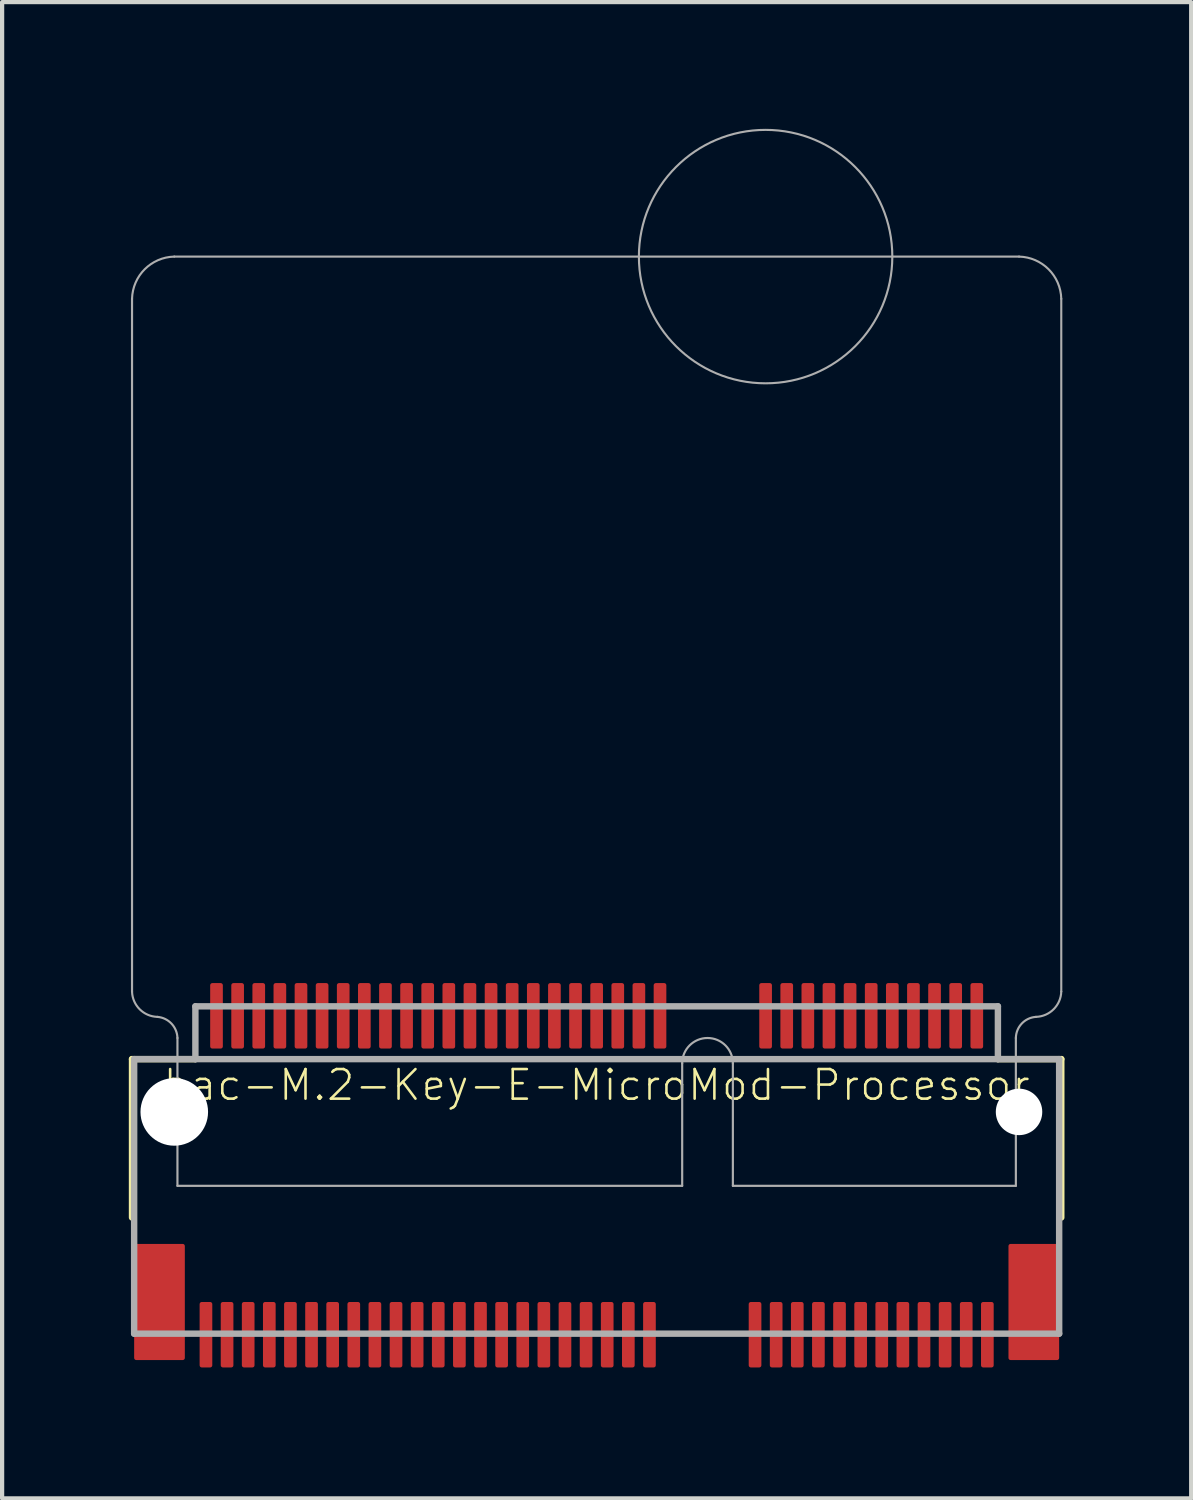
<source format=kicad_pcb>
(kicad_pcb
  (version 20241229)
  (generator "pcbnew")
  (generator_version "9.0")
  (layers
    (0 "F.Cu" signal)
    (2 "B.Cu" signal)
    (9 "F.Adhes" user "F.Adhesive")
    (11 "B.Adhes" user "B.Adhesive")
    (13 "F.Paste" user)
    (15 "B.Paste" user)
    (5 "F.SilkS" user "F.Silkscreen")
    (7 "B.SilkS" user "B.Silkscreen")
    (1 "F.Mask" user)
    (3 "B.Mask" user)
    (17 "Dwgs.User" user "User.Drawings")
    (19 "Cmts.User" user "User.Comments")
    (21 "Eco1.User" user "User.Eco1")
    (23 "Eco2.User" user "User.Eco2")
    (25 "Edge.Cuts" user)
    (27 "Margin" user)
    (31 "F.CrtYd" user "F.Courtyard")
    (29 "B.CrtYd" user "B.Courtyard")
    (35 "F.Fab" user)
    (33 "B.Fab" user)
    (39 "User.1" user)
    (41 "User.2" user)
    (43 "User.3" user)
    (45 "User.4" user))
  (footprint "bac-M.2-Key-E-MicroMod-Processor"
    (layer "F.Cu")
    (at 11.076 23.275)
    (property "Reference" "bac-M.2-Key-E-MicroMod-Processor" (at 0 -0.635 0) (unlocked yes) (layer "F.SilkS") (effects (font (size 0.701 0.701) (thickness 0.061))))
    (fp_line (start -11 2.5) (end -11 -1.25) (stroke (width 0.152) (type solid)) (layer "F.SilkS"))
    (fp_line (start -9.5 -1.25) (end -11 -1.25) (stroke (width 0.152) (type solid)) (layer "F.SilkS"))
    (fp_line (start 11 -1.25) (end 9.5 -1.25) (stroke (width 0.152) (type solid)) (layer "F.SilkS"))
    (fp_line (start 11 2.5) (end 11 -1.25) (stroke (width 0.152) (type solid)) (layer "F.SilkS"))
    (fp_poly (pts (xy -9.4 6.15) (xy -9.1 6.15) (xy -9.1 4.4) (xy -9.4 4.4)) (stroke (width 0) (type default)) (fill yes) (layer "F.Paste"))
    (fp_poly (pts (xy -9.15 -1.4) (xy -8.85 -1.4) (xy -8.85 -3.15) (xy -9.15 -3.15)) (stroke (width 0) (type default)) (fill yes) (layer "F.Paste"))
    (fp_poly (pts (xy -8.9 6.15) (xy -8.6 6.15) (xy -8.6 4.4) (xy -8.9 4.4)) (stroke (width 0) (type default)) (fill yes) (layer "F.Paste"))
    (fp_poly (pts (xy -8.65 -1.4) (xy -8.35 -1.4) (xy -8.35 -3.15) (xy -8.65 -3.15)) (stroke (width 0) (type default)) (fill yes) (layer "F.Paste"))
    (fp_poly (pts (xy -8.4 6.15) (xy -8.1 6.15) (xy -8.1 4.4) (xy -8.4 4.4)) (stroke (width 0) (type default)) (fill yes) (layer "F.Paste"))
    (fp_poly (pts (xy -8.15 -1.4) (xy -7.85 -1.4) (xy -7.85 -3.15) (xy -8.15 -3.15)) (stroke (width 0) (type default)) (fill yes) (layer "F.Paste"))
    (fp_poly (pts (xy -7.9 6.15) (xy -7.6 6.15) (xy -7.6 4.4) (xy -7.9 4.4)) (stroke (width 0) (type default)) (fill yes) (layer "F.Paste"))
    (fp_poly (pts (xy -7.65 -1.4) (xy -7.35 -1.4) (xy -7.35 -3.15) (xy -7.65 -3.15)) (stroke (width 0) (type default)) (fill yes) (layer "F.Paste"))
    (fp_poly (pts (xy -7.4 6.15) (xy -7.1 6.15) (xy -7.1 4.4) (xy -7.4 4.4)) (stroke (width 0) (type default)) (fill yes) (layer "F.Paste"))
    (fp_poly (pts (xy -7.15 -1.4) (xy -6.85 -1.4) (xy -6.85 -3.15) (xy -7.15 -3.15)) (stroke (width 0) (type default)) (fill yes) (layer "F.Paste"))
    (fp_poly (pts (xy -6.9 6.15) (xy -6.6 6.15) (xy -6.6 4.4) (xy -6.9 4.4)) (stroke (width 0) (type default)) (fill yes) (layer "F.Paste"))
    (fp_poly (pts (xy -6.65 -1.4) (xy -6.35 -1.4) (xy -6.35 -3.15) (xy -6.65 -3.15)) (stroke (width 0) (type default)) (fill yes) (layer "F.Paste"))
    (fp_poly (pts (xy -6.4 6.15) (xy -6.1 6.15) (xy -6.1 4.4) (xy -6.4 4.4)) (stroke (width 0) (type default)) (fill yes) (layer "F.Paste"))
    (fp_poly (pts (xy -6.15 -1.4) (xy -5.85 -1.4) (xy -5.85 -3.15) (xy -6.15 -3.15)) (stroke (width 0) (type default)) (fill yes) (layer "F.Paste"))
    (fp_poly (pts (xy -5.9 6.15) (xy -5.6 6.15) (xy -5.6 4.4) (xy -5.9 4.4)) (stroke (width 0) (type default)) (fill yes) (layer "F.Paste"))
    (fp_poly (pts (xy -5.65 -1.4) (xy -5.35 -1.4) (xy -5.35 -3.15) (xy -5.65 -3.15)) (stroke (width 0) (type default)) (fill yes) (layer "F.Paste"))
    (fp_poly (pts (xy -5.4 6.15) (xy -5.1 6.15) (xy -5.1 4.4) (xy -5.4 4.4)) (stroke (width 0) (type default)) (fill yes) (layer "F.Paste"))
    (fp_poly (pts (xy -5.15 -1.4) (xy -4.85 -1.4) (xy -4.85 -3.15) (xy -5.15 -3.15)) (stroke (width 0) (type default)) (fill yes) (layer "F.Paste"))
    (fp_poly (pts (xy -4.9 6.15) (xy -4.6 6.15) (xy -4.6 4.4) (xy -4.9 4.4)) (stroke (width 0) (type default)) (fill yes) (layer "F.Paste"))
    (fp_poly (pts (xy -4.65 -1.4) (xy -4.35 -1.4) (xy -4.35 -3.15) (xy -4.65 -3.15)) (stroke (width 0) (type default)) (fill yes) (layer "F.Paste"))
    (fp_poly (pts (xy -4.4 6.15) (xy -4.1 6.15) (xy -4.1 4.4) (xy -4.4 4.4)) (stroke (width 0) (type default)) (fill yes) (layer "F.Paste"))
    (fp_poly (pts (xy -4.15 -1.4) (xy -3.85 -1.4) (xy -3.85 -3.15) (xy -4.15 -3.15)) (stroke (width 0) (type default)) (fill yes) (layer "F.Paste"))
    (fp_poly (pts (xy -3.9 6.15) (xy -3.6 6.15) (xy -3.6 4.4) (xy -3.9 4.4)) (stroke (width 0) (type default)) (fill yes) (layer "F.Paste"))
    (fp_poly (pts (xy -3.65 -1.4) (xy -3.35 -1.4) (xy -3.35 -3.15) (xy -3.65 -3.15)) (stroke (width 0) (type default)) (fill yes) (layer "F.Paste"))
    (fp_poly (pts (xy -3.4 6.15) (xy -3.1 6.15) (xy -3.1 4.4) (xy -3.4 4.4)) (stroke (width 0) (type default)) (fill yes) (layer "F.Paste"))
    (fp_poly (pts (xy -3.15 -1.4) (xy -2.85 -1.4) (xy -2.85 -3.15) (xy -3.15 -3.15)) (stroke (width 0) (type default)) (fill yes) (layer "F.Paste"))
    (fp_poly (pts (xy -2.9 6.15) (xy -2.6 6.15) (xy -2.6 4.4) (xy -2.9 4.4)) (stroke (width 0) (type default)) (fill yes) (layer "F.Paste"))
    (fp_poly (pts (xy -2.65 -1.4) (xy -2.35 -1.4) (xy -2.35 -3.15) (xy -2.65 -3.15)) (stroke (width 0) (type default)) (fill yes) (layer "F.Paste"))
    (fp_poly (pts (xy -2.4 6.15) (xy -2.1 6.15) (xy -2.1 4.4) (xy -2.4 4.4)) (stroke (width 0) (type default)) (fill yes) (layer "F.Paste"))
    (fp_poly (pts (xy -2.15 -1.4) (xy -1.85 -1.4) (xy -1.85 -3.15) (xy -2.15 -3.15)) (stroke (width 0) (type default)) (fill yes) (layer "F.Paste"))
    (fp_poly (pts (xy -1.9 6.15) (xy -1.6 6.15) (xy -1.6 4.4) (xy -1.9 4.4)) (stroke (width 0) (type default)) (fill yes) (layer "F.Paste"))
    (fp_poly (pts (xy -1.65 -1.4) (xy -1.35 -1.4) (xy -1.35 -3.15) (xy -1.65 -3.15)) (stroke (width 0) (type default)) (fill yes) (layer "F.Paste"))
    (fp_poly (pts (xy -1.4 6.15) (xy -1.1 6.15) (xy -1.1 4.4) (xy -1.4 4.4)) (stroke (width 0) (type default)) (fill yes) (layer "F.Paste"))
    (fp_poly (pts (xy -1.15 -1.4) (xy -0.85 -1.4) (xy -0.85 -3.15) (xy -1.15 -3.15)) (stroke (width 0) (type default)) (fill yes) (layer "F.Paste"))
    (fp_poly (pts (xy -0.9 6.15) (xy -0.6 6.15) (xy -0.6 4.4) (xy -0.9 4.4)) (stroke (width 0) (type default)) (fill yes) (layer "F.Paste"))
    (fp_poly (pts (xy -0.65 -1.4) (xy -0.35 -1.4) (xy -0.35 -3.15) (xy -0.65 -3.15)) (stroke (width 0) (type default)) (fill yes) (layer "F.Paste"))
    (fp_poly (pts (xy -0.4 6.15) (xy -0.1 6.15) (xy -0.1 4.4) (xy -0.4 4.4)) (stroke (width 0) (type default)) (fill yes) (layer "F.Paste"))
    (fp_poly (pts (xy -0.15 -1.4) (xy 0.15 -1.4) (xy 0.15 -3.15) (xy -0.15 -3.15)) (stroke (width 0) (type default)) (fill yes) (layer "F.Paste"))
    (fp_poly (pts (xy 0.1 6.15) (xy 0.4 6.15) (xy 0.4 4.4) (xy 0.1 4.4)) (stroke (width 0) (type default)) (fill yes) (layer "F.Paste"))
    (fp_poly (pts (xy 0.35 -1.4) (xy 0.65 -1.4) (xy 0.65 -3.15) (xy 0.35 -3.15)) (stroke (width 0) (type default)) (fill yes) (layer "F.Paste"))
    (fp_poly (pts (xy 0.6 6.15) (xy 0.9 6.15) (xy 0.9 4.4) (xy 0.6 4.4)) (stroke (width 0) (type default)) (fill yes) (layer "F.Paste"))
    (fp_poly (pts (xy 0.85 -1.4) (xy 1.15 -1.4) (xy 1.15 -3.15) (xy 0.85 -3.15)) (stroke (width 0) (type default)) (fill yes) (layer "F.Paste"))
    (fp_poly (pts (xy 1.1 6.15) (xy 1.4 6.15) (xy 1.4 4.4) (xy 1.1 4.4)) (stroke (width 0) (type default)) (fill yes) (layer "F.Paste"))
    (fp_poly (pts (xy 1.35 -1.4) (xy 1.65 -1.4) (xy 1.65 -3.15) (xy 1.35 -3.15)) (stroke (width 0) (type default)) (fill yes) (layer "F.Paste"))
    (fp_poly (pts (xy 3.6 6.15) (xy 3.9 6.15) (xy 3.9 4.4) (xy 3.6 4.4)) (stroke (width 0) (type default)) (fill yes) (layer "F.Paste"))
    (fp_poly (pts (xy 3.85 -1.4) (xy 4.15 -1.4) (xy 4.15 -3.15) (xy 3.85 -3.15)) (stroke (width 0) (type default)) (fill yes) (layer "F.Paste"))
    (fp_poly (pts (xy 4.1 6.15) (xy 4.4 6.15) (xy 4.4 4.4) (xy 4.1 4.4)) (stroke (width 0) (type default)) (fill yes) (layer "F.Paste"))
    (fp_poly (pts (xy 4.35 -1.4) (xy 4.65 -1.4) (xy 4.65 -3.15) (xy 4.35 -3.15)) (stroke (width 0) (type default)) (fill yes) (layer "F.Paste"))
    (fp_poly (pts (xy 4.6 6.15) (xy 4.9 6.15) (xy 4.9 4.4) (xy 4.6 4.4)) (stroke (width 0) (type default)) (fill yes) (layer "F.Paste"))
    (fp_poly (pts (xy 4.85 -1.4) (xy 5.15 -1.4) (xy 5.15 -3.15) (xy 4.85 -3.15)) (stroke (width 0) (type default)) (fill yes) (layer "F.Paste"))
    (fp_poly (pts (xy 5.1 6.15) (xy 5.4 6.15) (xy 5.4 4.4) (xy 5.1 4.4)) (stroke (width 0) (type default)) (fill yes) (layer "F.Paste"))
    (fp_poly (pts (xy 5.35 -1.4) (xy 5.65 -1.4) (xy 5.65 -3.15) (xy 5.35 -3.15)) (stroke (width 0) (type default)) (fill yes) (layer "F.Paste"))
    (fp_poly (pts (xy 5.6 6.15) (xy 5.9 6.15) (xy 5.9 4.4) (xy 5.6 4.4)) (stroke (width 0) (type default)) (fill yes) (layer "F.Paste"))
    (fp_poly (pts (xy 5.85 -1.4) (xy 6.15 -1.4) (xy 6.15 -3.15) (xy 5.85 -3.15)) (stroke (width 0) (type default)) (fill yes) (layer "F.Paste"))
    (fp_poly (pts (xy 6.1 6.15) (xy 6.4 6.15) (xy 6.4 4.4) (xy 6.1 4.4)) (stroke (width 0) (type default)) (fill yes) (layer "F.Paste"))
    (fp_poly (pts (xy 6.35 -1.4) (xy 6.65 -1.4) (xy 6.65 -3.15) (xy 6.35 -3.15)) (stroke (width 0) (type default)) (fill yes) (layer "F.Paste"))
    (fp_poly (pts (xy 6.6 6.15) (xy 6.9 6.15) (xy 6.9 4.4) (xy 6.6 4.4)) (stroke (width 0) (type default)) (fill yes) (layer "F.Paste"))
    (fp_poly (pts (xy 6.85 -1.4) (xy 7.15 -1.4) (xy 7.15 -3.15) (xy 6.85 -3.15)) (stroke (width 0) (type default)) (fill yes) (layer "F.Paste"))
    (fp_poly (pts (xy 7.1 6.15) (xy 7.4 6.15) (xy 7.4 4.4) (xy 7.1 4.4)) (stroke (width 0) (type default)) (fill yes) (layer "F.Paste"))
    (fp_poly (pts (xy 7.35 -1.4) (xy 7.65 -1.4) (xy 7.65 -3.15) (xy 7.35 -3.15)) (stroke (width 0) (type default)) (fill yes) (layer "F.Paste"))
    (fp_poly (pts (xy 7.6 6.15) (xy 7.9 6.15) (xy 7.9 4.4) (xy 7.6 4.4)) (stroke (width 0) (type default)) (fill yes) (layer "F.Paste"))
    (fp_poly (pts (xy 7.85 -1.4) (xy 8.15 -1.4) (xy 8.15 -3.15) (xy 7.85 -3.15)) (stroke (width 0) (type default)) (fill yes) (layer "F.Paste"))
    (fp_poly (pts (xy 8.1 6.15) (xy 8.4 6.15) (xy 8.4 4.4) (xy 8.1 4.4)) (stroke (width 0) (type default)) (fill yes) (layer "F.Paste"))
    (fp_poly (pts (xy 8.35 -1.4) (xy 8.65 -1.4) (xy 8.65 -3.15) (xy 8.35 -3.15)) (stroke (width 0) (type default)) (fill yes) (layer "F.Paste"))
    (fp_poly (pts (xy 8.6 6.15) (xy 8.9 6.15) (xy 8.9 4.4) (xy 8.6 4.4)) (stroke (width 0) (type default)) (fill yes) (layer "F.Paste"))
    (fp_poly (pts (xy 8.85 -1.4) (xy 9.15 -1.4) (xy 9.15 -3.15) (xy 8.85 -3.15)) (stroke (width 0) (type default)) (fill yes) (layer "F.Paste"))
    (fp_poly (pts (xy 9.1 6.15) (xy 9.4 6.15) (xy 9.4 4.4) (xy 9.1 4.4)) (stroke (width 0) (type default)) (fill yes) (layer "F.Paste"))
    (fp_line (start -11 -19.25) (end -11 -2.85) (stroke (width 0.051) (type solid)) (layer "F.Fab"))
    (fp_line (start -10.95 -1.25) (end -10.95 5.25) (stroke (width 0.152) (type solid)) (layer "F.Fab"))
    (fp_line (start -10.95 5.25) (end 10.95 5.25) (stroke (width 0.152) (type solid)) (layer "F.Fab"))
    (fp_line (start -9.925 1.75) (end -9.925 -1.75) (stroke (width 0.051) (type solid)) (layer "F.Fab"))
    (fp_line (start -9.5 -2.5) (end -9.5 -1.25) (stroke (width 0.152) (type solid)) (layer "F.Fab"))
    (fp_line (start -9.5 -1.25) (end -10.95 -1.25) (stroke (width 0.152) (type solid)) (layer "F.Fab"))
    (fp_line (start 2.025 -1.15) (end 2.025 1.75) (stroke (width 0.051) (type solid)) (layer "F.Fab"))
    (fp_line (start 2.025 1.75) (end -9.925 1.75) (stroke (width 0.051) (type solid)) (layer "F.Fab"))
    (fp_line (start 3.225 -1.15) (end 3.225 1.75) (stroke (width 0.051) (type solid)) (layer "F.Fab"))
    (fp_line (start 9.5 -2.5) (end -9.5 -2.5) (stroke (width 0.152) (type solid)) (layer "F.Fab"))
    (fp_line (start 9.5 -2.5) (end 9.5 -1.25) (stroke (width 0.152) (type solid)) (layer "F.Fab"))
    (fp_line (start 9.5 -1.25) (end -9.5 -1.25) (stroke (width 0.152) (type solid)) (layer "F.Fab"))
    (fp_line (start 9.925 -1.75) (end 9.925 1.75) (stroke (width 0.051) (type solid)) (layer "F.Fab"))
    (fp_line (start 9.925 1.75) (end 3.225 1.75) (stroke (width 0.051) (type solid)) (layer "F.Fab"))
    (fp_line (start 10 -20.25) (end -10 -20.25) (stroke (width 0.051) (type solid)) (layer "F.Fab"))
    (fp_line (start 10.95 -1.25) (end 9.5 -1.25) (stroke (width 0.152) (type solid)) (layer "F.Fab"))
    (fp_line (start 10.95 5.25) (end 10.95 -1.25) (stroke (width 0.152) (type solid)) (layer "F.Fab"))
    (fp_line (start 11 -19.25) (end 11 -2.85) (stroke (width 0.05) (type solid)) (layer "F.Fab"))
    (fp_arc (start -11 -19.25) (mid -10.7 -19.95) (end -10 -20.25) (stroke (width 0.05) (type solid)) (layer "F.Fab"))
    (fp_arc (start -10.400001 -2.249999) (mid -10.819362 -2.430638) (end -11 -2.85) (stroke (width 0.05) (type solid)) (layer "F.Fab"))
    (fp_arc (start -10.4 -2.25) (mid -10.066759 -2.090954) (end -9.925 -1.75) (stroke (width 0.0508) (type solid)) (layer "F.Fab"))
    (fp_arc (start 2.025 -1.15) (mid 2.625 -1.75) (end 3.225 -1.15) (stroke (width 0.0508) (type solid)) (layer "F.Fab"))
    (fp_arc (start 9.925 -1.75) (mid 10.065344 -2.092298) (end 10.4 -2.25) (stroke (width 0.0508) (type solid)) (layer "F.Fab"))
    (fp_arc (start 10 -20.25) (mid 10.7 -19.95) (end 11 -19.25) (stroke (width 0.05) (type solid)) (layer "F.Fab"))
    (fp_arc (start 10.999999 -2.849999) (mid 10.819361 -2.430638) (end 10.4 -2.25) (stroke (width 0.05) (type solid)) (layer "F.Fab"))
    (fp_circle (center 4 -20.25) (end 7 -20.25) (stroke (width 0.05) (type solid)) (fill no) (layer "F.Fab"))
    (pad "" np_thru_hole circle (at -10 0) (size 1.6 1.6) (drill 1.6) (layers "*.Cu" "*.Mask"))
    (pad "" np_thru_hole circle (at 10 0) (size 1.1 1.1) (drill 1.1) (layers "*.Cu" "*.Mask"))
    (pad "1" smd roundrect (at 9.25 5.275 180) (size 0.3 1.55) (layers "F.Cu" "F.Mask") (roundrect_rratio 0.169))
    (pad "2" smd roundrect (at 9 -2.275 180) (size 0.3 1.55) (layers "F.Cu" "F.Mask") (roundrect_rratio 0.169))
    (pad "3" smd roundrect (at 8.75 5.275 180) (size 0.3 1.55) (layers "F.Cu" "F.Mask") (roundrect_rratio 0.169))
    (pad "4" smd roundrect (at 8.5 -2.275 180) (size 0.3 1.55) (layers "F.Cu" "F.Mask") (roundrect_rratio 0.169))
    (pad "5" smd roundrect (at 8.25 5.275 180) (size 0.3 1.55) (layers "F.Cu" "F.Mask") (roundrect_rratio 0.169))
    (pad "6" smd roundrect (at 8 -2.275 180) (size 0.3 1.55) (layers "F.Cu" "F.Mask") (roundrect_rratio 0.169))
    (pad "7" smd roundrect (at 7.75 5.275 180) (size 0.3 1.55) (layers "F.Cu" "F.Mask") (roundrect_rratio 0.169))
    (pad "8" smd roundrect (at 7.5 -2.275 180) (size 0.3 1.55) (layers "F.Cu" "F.Mask") (roundrect_rratio 0.169))
    (pad "9" smd roundrect (at 7.25 5.275 180) (size 0.3 1.55) (layers "F.Cu" "F.Mask") (roundrect_rratio 0.169))
    (pad "10" smd roundrect (at 7 -2.275 180) (size 0.3 1.55) (layers "F.Cu" "F.Mask") (roundrect_rratio 0.169))
    (pad "11" smd roundrect (at 6.75 5.275 180) (size 0.3 1.55) (layers "F.Cu" "F.Mask") (roundrect_rratio 0.169))
    (pad "12" smd roundrect (at 6.5 -2.275 180) (size 0.3 1.55) (layers "F.Cu" "F.Mask") (roundrect_rratio 0.169))
    (pad "13" smd roundrect (at 6.25 5.275 180) (size 0.3 1.55) (layers "F.Cu" "F.Mask") (roundrect_rratio 0.169))
    (pad "14" smd roundrect (at 6 -2.275 180) (size 0.3 1.55) (layers "F.Cu" "F.Mask") (roundrect_rratio 0.169))
    (pad "15" smd roundrect (at 5.75 5.275 180) (size 0.3 1.55) (layers "F.Cu" "F.Mask") (roundrect_rratio 0.169))
    (pad "16" smd roundrect (at 5.5 -2.275 180) (size 0.3 1.55) (layers "F.Cu" "F.Mask") (roundrect_rratio 0.169))
    (pad "17" smd roundrect (at 5.25 5.275 180) (size 0.3 1.55) (layers "F.Cu" "F.Mask") (roundrect_rratio 0.169))
    (pad "18" smd roundrect (at 5 -2.275 180) (size 0.3 1.55) (layers "F.Cu" "F.Mask") (roundrect_rratio 0.169))
    (pad "19" smd roundrect (at 4.75 5.275 180) (size 0.3 1.55) (layers "F.Cu" "F.Mask") (roundrect_rratio 0.169))
    (pad "20" smd roundrect (at 4.5 -2.275 180) (size 0.3 1.55) (layers "F.Cu" "F.Mask") (roundrect_rratio 0.169))
    (pad "21" smd roundrect (at 4.25 5.275 180) (size 0.3 1.55) (layers "F.Cu" "F.Mask") (roundrect_rratio 0.169))
    (pad "22" smd roundrect (at 4 -2.275 180) (size 0.3 1.55) (layers "F.Cu" "F.Mask") (roundrect_rratio 0.169))
    (pad "23" smd roundrect (at 3.75 5.275 180) (size 0.3 1.55) (layers "F.Cu" "F.Mask") (roundrect_rratio 0.169))
    (pad "32" smd roundrect (at 1.5 -2.275 180) (size 0.3 1.55) (layers "F.Cu" "F.Mask") (roundrect_rratio 0.169))
    (pad "33" smd roundrect (at 1.25 5.275 180) (size 0.3 1.55) (layers "F.Cu" "F.Mask") (roundrect_rratio 0.169))
    (pad "34" smd roundrect (at 1 -2.275 180) (size 0.3 1.55) (layers "F.Cu" "F.Mask") (roundrect_rratio 0.169))
    (pad "35" smd roundrect (at 0.75 5.275 180) (size 0.3 1.55) (layers "F.Cu" "F.Mask") (roundrect_rratio 0.169))
    (pad "36" smd roundrect (at 0.5 -2.275 180) (size 0.3 1.55) (layers "F.Cu" "F.Mask") (roundrect_rratio 0.169))
    (pad "37" smd roundrect (at 0.25 5.275 180) (size 0.3 1.55) (layers "F.Cu" "F.Mask") (roundrect_rratio 0.169))
    (pad "38" smd roundrect (at 0 -2.275 180) (size 0.3 1.55) (layers "F.Cu" "F.Mask") (roundrect_rratio 0.169))
    (pad "39" smd roundrect (at -0.25 5.275 180) (size 0.3 1.55) (layers "F.Cu" "F.Mask") (roundrect_rratio 0.169))
    (pad "40" smd roundrect (at -0.5 -2.275 180) (size 0.3 1.55) (layers "F.Cu" "F.Mask") (roundrect_rratio 0.169))
    (pad "41" smd roundrect (at -0.75 5.275 180) (size 0.3 1.55) (layers "F.Cu" "F.Mask") (roundrect_rratio 0.169))
    (pad "42" smd roundrect (at -1 -2.275 180) (size 0.3 1.55) (layers "F.Cu" "F.Mask") (roundrect_rratio 0.169))
    (pad "43" smd roundrect (at -1.25 5.275 180) (size 0.3 1.55) (layers "F.Cu" "F.Mask") (roundrect_rratio 0.169))
    (pad "44" smd roundrect (at -1.5 -2.275 180) (size 0.3 1.55) (layers "F.Cu" "F.Mask") (roundrect_rratio 0.169))
    (pad "45" smd roundrect (at -1.75 5.275 180) (size 0.3 1.55) (layers "F.Cu" "F.Mask") (roundrect_rratio 0.169))
    (pad "46" smd roundrect (at -2 -2.275 180) (size 0.3 1.55) (layers "F.Cu" "F.Mask") (roundrect_rratio 0.169))
    (pad "47" smd roundrect (at -2.25 5.275 180) (size 0.3 1.55) (layers "F.Cu" "F.Mask") (roundrect_rratio 0.169))
    (pad "48" smd roundrect (at -2.5 -2.275 180) (size 0.3 1.55) (layers "F.Cu" "F.Mask") (roundrect_rratio 0.169))
    (pad "49" smd roundrect (at -2.75 5.275 180) (size 0.3 1.55) (layers "F.Cu" "F.Mask") (roundrect_rratio 0.169))
    (pad "50" smd roundrect (at -3 -2.275 180) (size 0.3 1.55) (layers "F.Cu" "F.Mask") (roundrect_rratio 0.169))
    (pad "51" smd roundrect (at -3.25 5.275 180) (size 0.3 1.55) (layers "F.Cu" "F.Mask") (roundrect_rratio 0.169))
    (pad "52" smd roundrect (at -3.5 -2.275 180) (size 0.3 1.55) (layers "F.Cu" "F.Mask") (roundrect_rratio 0.169))
    (pad "53" smd roundrect (at -3.75 5.275 180) (size 0.3 1.55) (layers "F.Cu" "F.Mask") (roundrect_rratio 0.169))
    (pad "54" smd roundrect (at -4 -2.275 180) (size 0.3 1.55) (layers "F.Cu" "F.Mask") (roundrect_rratio 0.169))
    (pad "55" smd roundrect (at -4.25 5.275 180) (size 0.3 1.55) (layers "F.Cu" "F.Mask") (roundrect_rratio 0.169))
    (pad "56" smd roundrect (at -4.5 -2.275 180) (size 0.3 1.55) (layers "F.Cu" "F.Mask") (roundrect_rratio 0.169))
    (pad "57" smd roundrect (at -4.75 5.275 180) (size 0.3 1.55) (layers "F.Cu" "F.Mask") (roundrect_rratio 0.169))
    (pad "58" smd roundrect (at -5 -2.275 180) (size 0.3 1.55) (layers "F.Cu" "F.Mask") (roundrect_rratio 0.169))
    (pad "59" smd roundrect (at -5.25 5.275 180) (size 0.3 1.55) (layers "F.Cu" "F.Mask") (roundrect_rratio 0.169))
    (pad "60" smd roundrect (at -5.5 -2.275 180) (size 0.3 1.55) (layers "F.Cu" "F.Mask") (roundrect_rratio 0.169))
    (pad "61" smd roundrect (at -5.75 5.275 180) (size 0.3 1.55) (layers "F.Cu" "F.Mask") (roundrect_rratio 0.169))
    (pad "62" smd roundrect (at -6 -2.275 180) (size 0.3 1.55) (layers "F.Cu" "F.Mask") (roundrect_rratio 0.169))
    (pad "63" smd roundrect (at -6.25 5.275 180) (size 0.3 1.55) (layers "F.Cu" "F.Mask") (roundrect_rratio 0.169))
    (pad "64" smd roundrect (at -6.5 -2.275 180) (size 0.3 1.55) (layers "F.Cu" "F.Mask") (roundrect_rratio 0.169))
    (pad "65" smd roundrect (at -6.75 5.275 180) (size 0.3 1.55) (layers "F.Cu" "F.Mask") (roundrect_rratio 0.169))
    (pad "66" smd roundrect (at -7 -2.275 180) (size 0.3 1.55) (layers "F.Cu" "F.Mask") (roundrect_rratio 0.169))
    (pad "67" smd roundrect (at -7.25 5.275 180) (size 0.3 1.55) (layers "F.Cu" "F.Mask") (roundrect_rratio 0.169))
    (pad "68" smd roundrect (at -7.5 -2.275 180) (size 0.3 1.55) (layers "F.Cu" "F.Mask") (roundrect_rratio 0.169))
    (pad "69" smd roundrect (at -7.75 5.275 180) (size 0.3 1.55) (layers "F.Cu" "F.Mask") (roundrect_rratio 0.169))
    (pad "70" smd roundrect (at -8 -2.275 180) (size 0.3 1.55) (layers "F.Cu" "F.Mask") (roundrect_rratio 0.169))
    (pad "71" smd roundrect (at -8.25 5.275 180) (size 0.3 1.55) (layers "F.Cu" "F.Mask") (roundrect_rratio 0.169))
    (pad "72" smd roundrect (at -8.5 -2.275 180) (size 0.3 1.55) (layers "F.Cu" "F.Mask") (roundrect_rratio 0.169))
    (pad "73" smd roundrect (at -8.75 5.275 180) (size 0.3 1.55) (layers "F.Cu" "F.Mask") (roundrect_rratio 0.169))
    (pad "74" smd roundrect (at -9 -2.275 180) (size 0.3 1.55) (layers "F.Cu" "F.Mask") (roundrect_rratio 0.169))
    (pad "75" smd roundrect (at -9.25 5.275 180) (size 0.3 1.55) (layers "F.Cu" "F.Mask") (roundrect_rratio 0.169))
    (pad "A1" smd roundrect (at 10.35 4.5 180) (size 1.2 2.75) (layers "F.Cu" "F.Mask" "F.Paste") (roundrect_rratio 0.042))
    (pad "A2" smd roundrect (at -10.35 4.5 180) (size 1.2 2.75) (layers "F.Cu" "F.Mask" "F.Paste") (roundrect_rratio 0.042)))
  (gr_rect
    (start -3 -3)
    (end 25.152 32.425)
    (stroke (width 0.1) (type default))
    (fill no)
    (layer "Edge.Cuts")))
</source>
